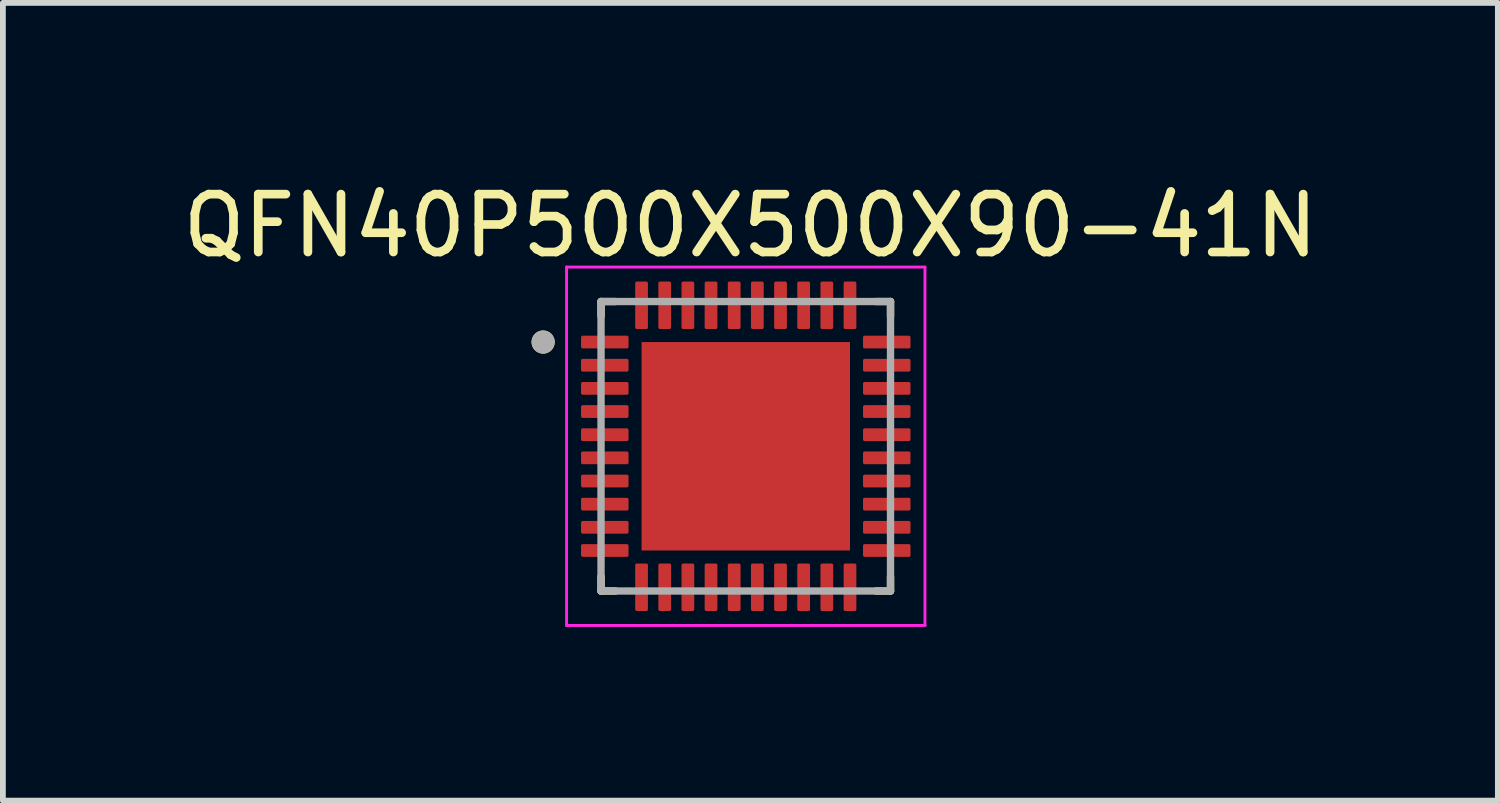
<source format=kicad_pcb>
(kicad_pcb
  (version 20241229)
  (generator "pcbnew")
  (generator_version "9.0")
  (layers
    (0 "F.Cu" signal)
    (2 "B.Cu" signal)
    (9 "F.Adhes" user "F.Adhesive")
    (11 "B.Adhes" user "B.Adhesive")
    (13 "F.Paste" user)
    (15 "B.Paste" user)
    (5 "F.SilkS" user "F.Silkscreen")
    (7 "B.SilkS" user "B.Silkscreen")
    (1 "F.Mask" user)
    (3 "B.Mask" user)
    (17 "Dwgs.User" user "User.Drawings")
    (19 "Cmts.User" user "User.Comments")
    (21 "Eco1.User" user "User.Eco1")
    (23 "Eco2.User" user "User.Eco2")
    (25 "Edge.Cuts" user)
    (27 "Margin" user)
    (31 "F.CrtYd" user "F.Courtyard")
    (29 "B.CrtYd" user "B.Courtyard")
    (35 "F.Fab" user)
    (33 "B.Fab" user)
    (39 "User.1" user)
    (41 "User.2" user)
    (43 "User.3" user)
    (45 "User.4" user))
  (footprint "QFN40P500X500X90-41N"
    (layer "F.Cu")
    (at 9.831 4.658)
    (property "Reference" "QFN40P500X500X90-41N" (at 0.08 -3.81 0) (layer "F.SilkS") (effects (font (size 1 1) (thickness 0.15))))
    (attr smd)
    (fp_line (start -2.5 -2.5) (end -2.5 -2.25) (stroke (width 0.127) (type solid)) (layer "F.SilkS"))
    (fp_line (start -2.5 -2.5) (end -2.25 -2.5) (stroke (width 0.127) (type solid)) (layer "F.SilkS"))
    (fp_line (start -2.5 2.25) (end -2.5 2.5) (stroke (width 0.127) (type solid)) (layer "F.SilkS"))
    (fp_line (start -2.5 2.5) (end -2.25 2.5) (stroke (width 0.127) (type solid)) (layer "F.SilkS"))
    (fp_line (start 2.25 -2.5) (end 2.5 -2.5) (stroke (width 0.127) (type solid)) (layer "F.SilkS"))
    (fp_line (start 2.25 2.5) (end 2.5 2.5) (stroke (width 0.127) (type solid)) (layer "F.SilkS"))
    (fp_line (start 2.5 -2.5) (end 2.5 -2.25) (stroke (width 0.127) (type solid)) (layer "F.SilkS"))
    (fp_line (start 2.5 2.5) (end 2.5 2.25) (stroke (width 0.127) (type solid)) (layer "F.SilkS"))
    (fp_circle (center -3.5 -1.8) (end -3.4 -1.8) (stroke (width 0.2) (type solid)) (fill no) (layer "F.SilkS"))
    (fp_poly (pts (xy -1.14 -1.14) (xy 1.14 -1.14) (xy 1.14 1.14) (xy -1.14 1.14)) (stroke (width 0.01) (type solid)) (fill yes) (layer "F.Paste"))
    (fp_line (start -3.095 -3.095) (end 3.095 -3.095) (stroke (width 0.05) (type solid)) (layer "F.CrtYd"))
    (fp_line (start -3.095 3.095) (end -3.095 -3.095) (stroke (width 0.05) (type solid)) (layer "F.CrtYd"))
    (fp_line (start 3.095 -3.095) (end 3.095 3.095) (stroke (width 0.05) (type solid)) (layer "F.CrtYd"))
    (fp_line (start 3.095 3.095) (end -3.095 3.095) (stroke (width 0.05) (type solid)) (layer "F.CrtYd"))
    (fp_line (start -2.5 -2.5) (end 2.5 -2.5) (stroke (width 0.127) (type solid)) (layer "F.Fab"))
    (fp_line (start -2.5 2.5) (end -2.5 -2.5) (stroke (width 0.127) (type solid)) (layer "F.Fab"))
    (fp_line (start 2.5 -2.5) (end 2.5 2.5) (stroke (width 0.127) (type solid)) (layer "F.Fab"))
    (fp_line (start 2.5 2.5) (end -2.5 2.5) (stroke (width 0.127) (type solid)) (layer "F.Fab"))
    (fp_circle (center -3.5 -1.8) (end -3.4 -1.8) (stroke (width 0.2) (type solid)) (fill no) (layer "F.Fab"))
    (pad "1" smd roundrect (at -2.435 -1.8) (size 0.82 0.22) (layers "F.Cu" "F.Mask" "F.Paste") (roundrect_rratio 0.125))
    (pad "2" smd roundrect (at -2.435 -1.4) (size 0.82 0.22) (layers "F.Cu" "F.Mask" "F.Paste") (roundrect_rratio 0.125))
    (pad "3" smd roundrect (at -2.435 -1) (size 0.82 0.22) (layers "F.Cu" "F.Mask" "F.Paste") (roundrect_rratio 0.125))
    (pad "4" smd roundrect (at -2.435 -0.6) (size 0.82 0.22) (layers "F.Cu" "F.Mask" "F.Paste") (roundrect_rratio 0.125))
    (pad "5" smd roundrect (at -2.435 -0.2) (size 0.82 0.22) (layers "F.Cu" "F.Mask" "F.Paste") (roundrect_rratio 0.125))
    (pad "6" smd roundrect (at -2.435 0.2) (size 0.82 0.22) (layers "F.Cu" "F.Mask" "F.Paste") (roundrect_rratio 0.125))
    (pad "7" smd roundrect (at -2.435 0.6) (size 0.82 0.22) (layers "F.Cu" "F.Mask" "F.Paste") (roundrect_rratio 0.125))
    (pad "8" smd roundrect (at -2.435 1) (size 0.82 0.22) (layers "F.Cu" "F.Mask" "F.Paste") (roundrect_rratio 0.125))
    (pad "9" smd roundrect (at -2.435 1.4) (size 0.82 0.22) (layers "F.Cu" "F.Mask" "F.Paste") (roundrect_rratio 0.125))
    (pad "10" smd roundrect (at -2.435 1.8) (size 0.82 0.22) (layers "F.Cu" "F.Mask" "F.Paste") (roundrect_rratio 0.125))
    (pad "11" smd roundrect (at -1.8 2.435) (size 0.22 0.82) (layers "F.Cu" "F.Mask" "F.Paste") (roundrect_rratio 0.125))
    (pad "12" smd roundrect (at -1.4 2.435) (size 0.22 0.82) (layers "F.Cu" "F.Mask" "F.Paste") (roundrect_rratio 0.125))
    (pad "13" smd roundrect (at -1 2.435) (size 0.22 0.82) (layers "F.Cu" "F.Mask" "F.Paste") (roundrect_rratio 0.125))
    (pad "14" smd roundrect (at -0.6 2.435) (size 0.22 0.82) (layers "F.Cu" "F.Mask" "F.Paste") (roundrect_rratio 0.125))
    (pad "15" smd roundrect (at -0.2 2.435) (size 0.22 0.82) (layers "F.Cu" "F.Mask" "F.Paste") (roundrect_rratio 0.125))
    (pad "16" smd roundrect (at 0.2 2.435) (size 0.22 0.82) (layers "F.Cu" "F.Mask" "F.Paste") (roundrect_rratio 0.125))
    (pad "17" smd roundrect (at 0.6 2.435) (size 0.22 0.82) (layers "F.Cu" "F.Mask" "F.Paste") (roundrect_rratio 0.125))
    (pad "18" smd roundrect (at 1 2.435) (size 0.22 0.82) (layers "F.Cu" "F.Mask" "F.Paste") (roundrect_rratio 0.125))
    (pad "19" smd roundrect (at 1.4 2.435) (size 0.22 0.82) (layers "F.Cu" "F.Mask" "F.Paste") (roundrect_rratio 0.125))
    (pad "20" smd roundrect (at 1.8 2.435) (size 0.22 0.82) (layers "F.Cu" "F.Mask" "F.Paste") (roundrect_rratio 0.125))
    (pad "21" smd roundrect (at 2.435 1.8) (size 0.82 0.22) (layers "F.Cu" "F.Mask" "F.Paste") (roundrect_rratio 0.125))
    (pad "22" smd roundrect (at 2.435 1.4) (size 0.82 0.22) (layers "F.Cu" "F.Mask" "F.Paste") (roundrect_rratio 0.125))
    (pad "23" smd roundrect (at 2.435 1) (size 0.82 0.22) (layers "F.Cu" "F.Mask" "F.Paste") (roundrect_rratio 0.125))
    (pad "24" smd roundrect (at 2.435 0.6) (size 0.82 0.22) (layers "F.Cu" "F.Mask" "F.Paste") (roundrect_rratio 0.125))
    (pad "25" smd roundrect (at 2.435 0.2) (size 0.82 0.22) (layers "F.Cu" "F.Mask" "F.Paste") (roundrect_rratio 0.125))
    (pad "26" smd roundrect (at 2.435 -0.2) (size 0.82 0.22) (layers "F.Cu" "F.Mask" "F.Paste") (roundrect_rratio 0.125))
    (pad "27" smd roundrect (at 2.435 -0.6) (size 0.82 0.22) (layers "F.Cu" "F.Mask" "F.Paste") (roundrect_rratio 0.125))
    (pad "28" smd roundrect (at 2.435 -1) (size 0.82 0.22) (layers "F.Cu" "F.Mask" "F.Paste") (roundrect_rratio 0.125))
    (pad "29" smd roundrect (at 2.435 -1.4) (size 0.82 0.22) (layers "F.Cu" "F.Mask" "F.Paste") (roundrect_rratio 0.125))
    (pad "30" smd roundrect (at 2.435 -1.8) (size 0.82 0.22) (layers "F.Cu" "F.Mask" "F.Paste") (roundrect_rratio 0.125))
    (pad "31" smd roundrect (at 1.8 -2.435) (size 0.22 0.82) (layers "F.Cu" "F.Mask" "F.Paste") (roundrect_rratio 0.125))
    (pad "32" smd roundrect (at 1.4 -2.435) (size 0.22 0.82) (layers "F.Cu" "F.Mask" "F.Paste") (roundrect_rratio 0.125))
    (pad "33" smd roundrect (at 1 -2.435) (size 0.22 0.82) (layers "F.Cu" "F.Mask" "F.Paste") (roundrect_rratio 0.125))
    (pad "34" smd roundrect (at 0.6 -2.435) (size 0.22 0.82) (layers "F.Cu" "F.Mask" "F.Paste") (roundrect_rratio 0.125))
    (pad "35" smd roundrect (at 0.2 -2.435) (size 0.22 0.82) (layers "F.Cu" "F.Mask" "F.Paste") (roundrect_rratio 0.125))
    (pad "36" smd roundrect (at -0.2 -2.435) (size 0.22 0.82) (layers "F.Cu" "F.Mask" "F.Paste") (roundrect_rratio 0.125))
    (pad "37" smd roundrect (at -0.6 -2.435) (size 0.22 0.82) (layers "F.Cu" "F.Mask" "F.Paste") (roundrect_rratio 0.125))
    (pad "38" smd roundrect (at -1 -2.435) (size 0.22 0.82) (layers "F.Cu" "F.Mask" "F.Paste") (roundrect_rratio 0.125))
    (pad "39" smd roundrect (at -1.4 -2.435) (size 0.22 0.82) (layers "F.Cu" "F.Mask" "F.Paste") (roundrect_rratio 0.125))
    (pad "40" smd roundrect (at -1.8 -2.435) (size 0.22 0.82) (layers "F.Cu" "F.Mask" "F.Paste") (roundrect_rratio 0.125))
    (pad "41" smd rect (at 0 0) (size 3.6 3.6) (layers "F.Cu" "F.Mask")))
  (gr_rect
    (start -3 -3)
    (end 22.821 10.778)
    (stroke (width 0.1) (type default))
    (fill no)
    (layer "Edge.Cuts")))
</source>
